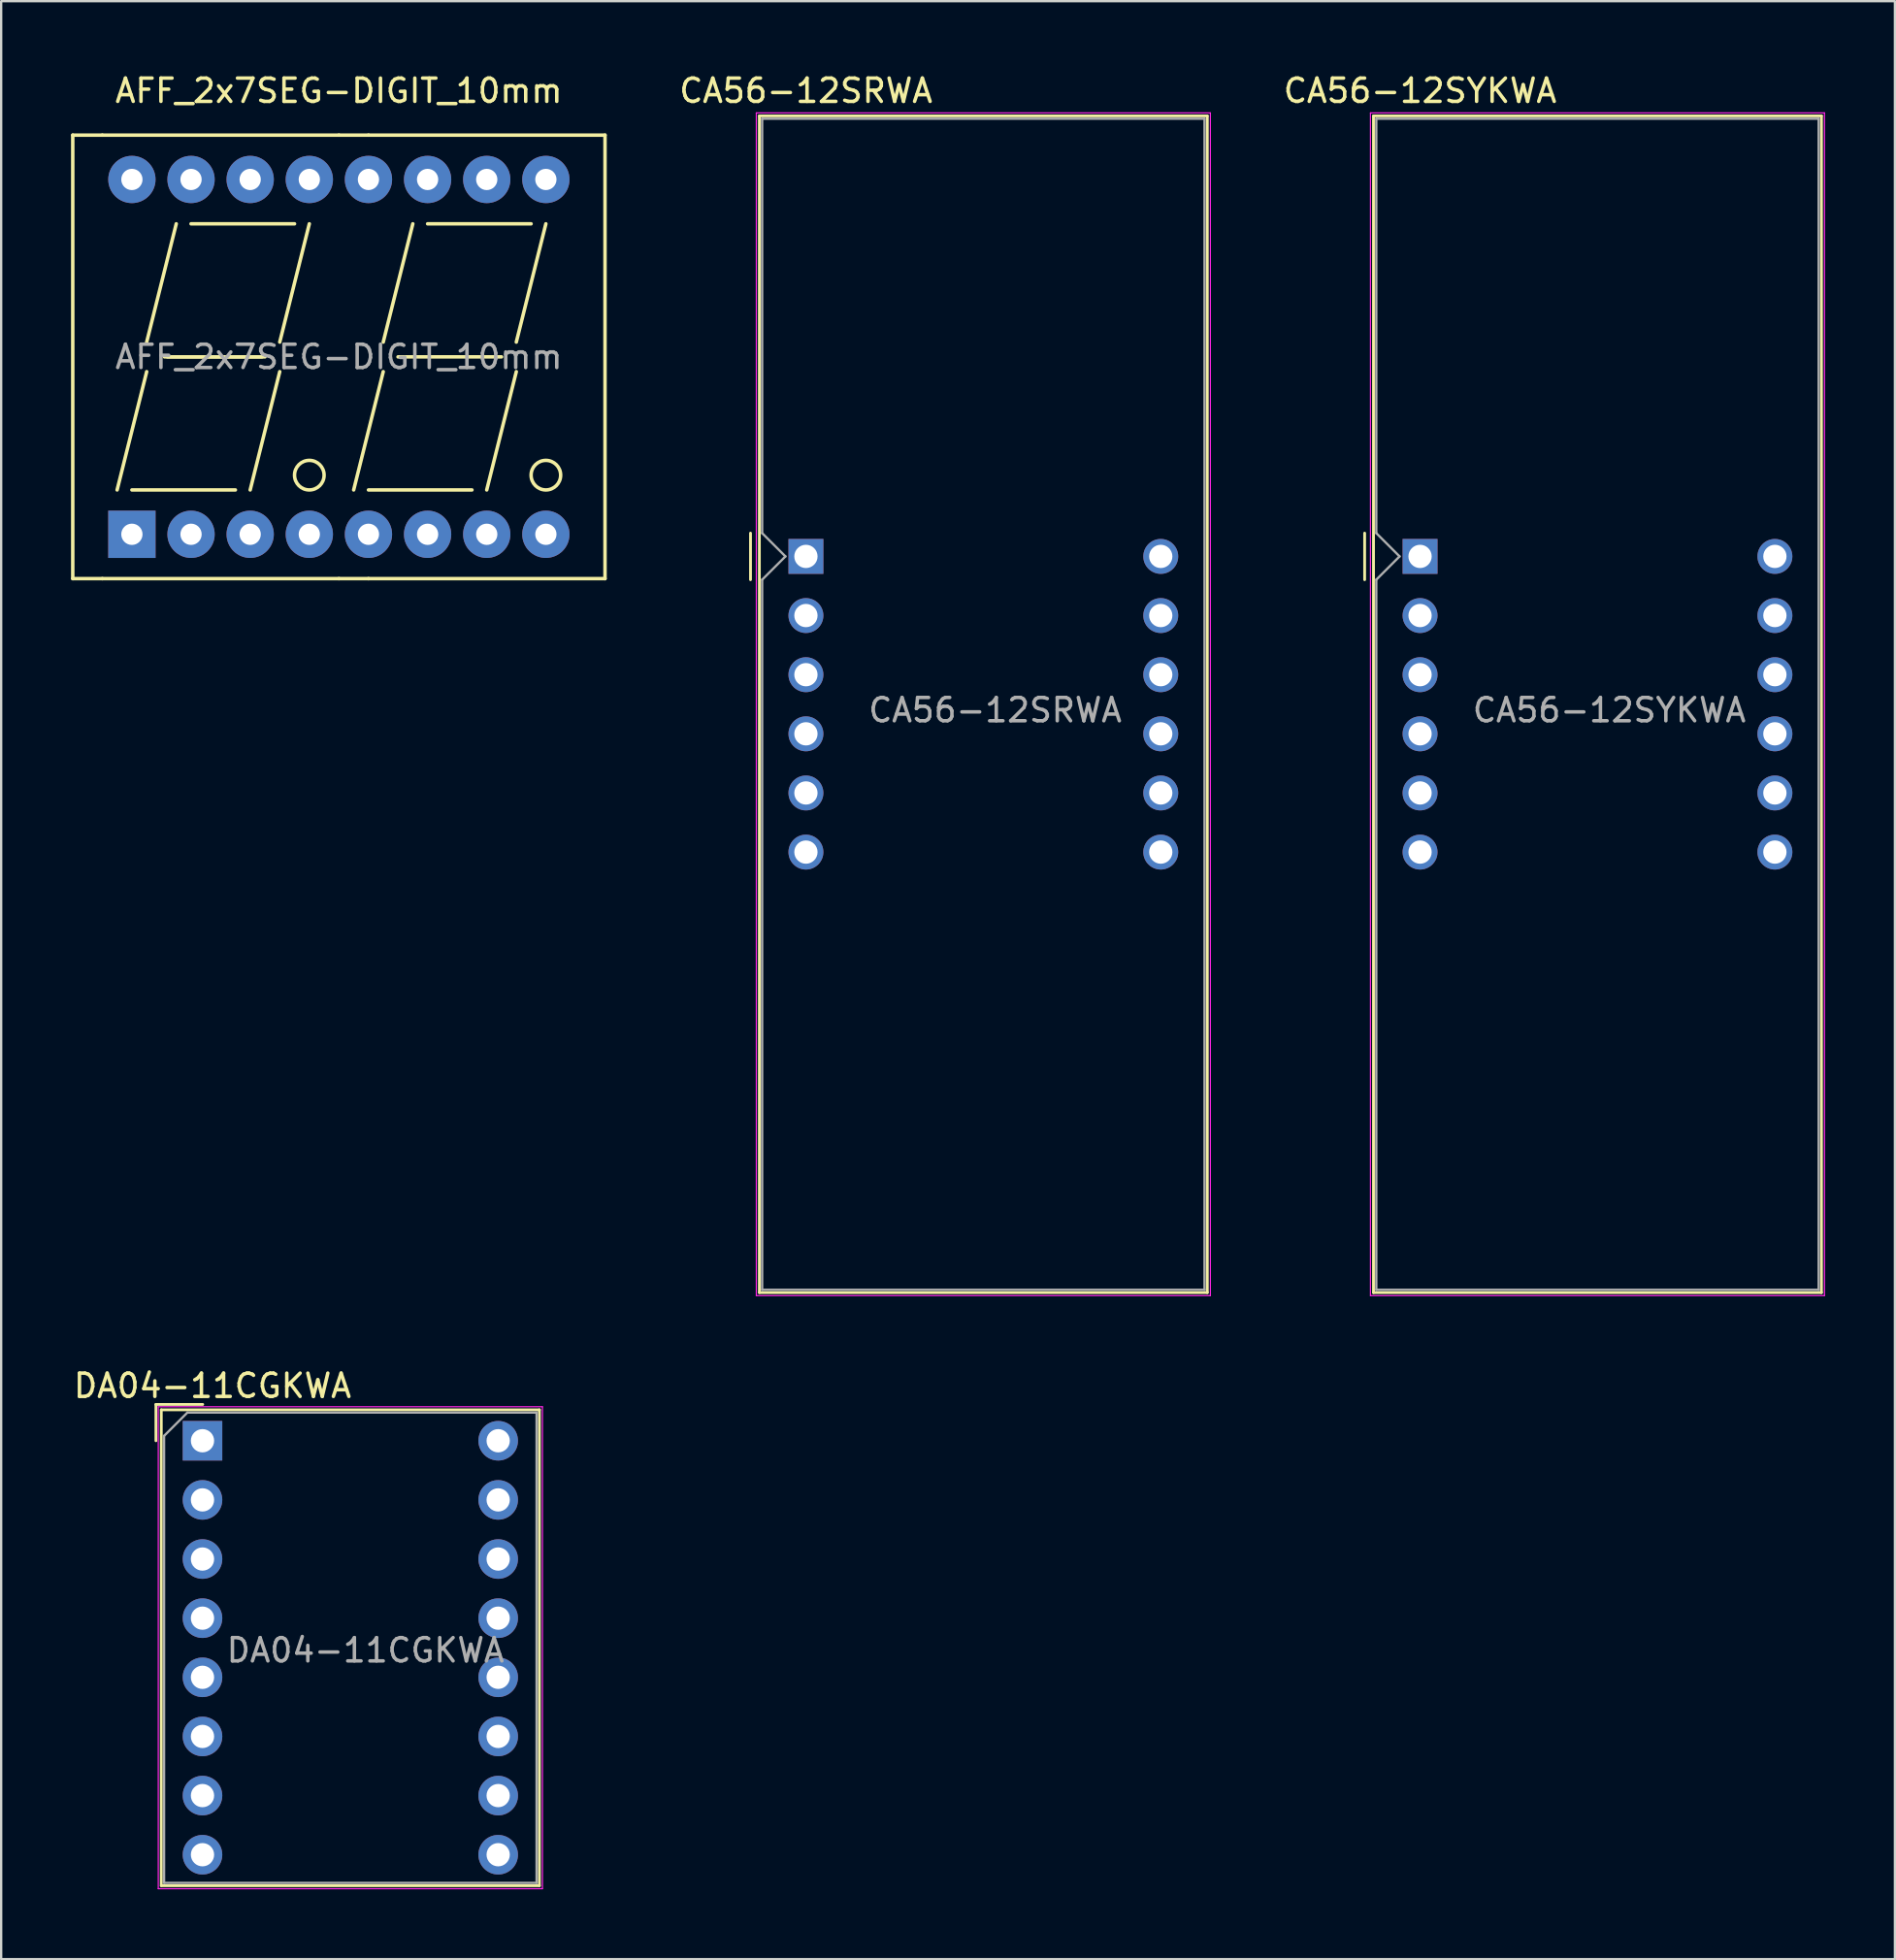
<source format=kicad_pcb>
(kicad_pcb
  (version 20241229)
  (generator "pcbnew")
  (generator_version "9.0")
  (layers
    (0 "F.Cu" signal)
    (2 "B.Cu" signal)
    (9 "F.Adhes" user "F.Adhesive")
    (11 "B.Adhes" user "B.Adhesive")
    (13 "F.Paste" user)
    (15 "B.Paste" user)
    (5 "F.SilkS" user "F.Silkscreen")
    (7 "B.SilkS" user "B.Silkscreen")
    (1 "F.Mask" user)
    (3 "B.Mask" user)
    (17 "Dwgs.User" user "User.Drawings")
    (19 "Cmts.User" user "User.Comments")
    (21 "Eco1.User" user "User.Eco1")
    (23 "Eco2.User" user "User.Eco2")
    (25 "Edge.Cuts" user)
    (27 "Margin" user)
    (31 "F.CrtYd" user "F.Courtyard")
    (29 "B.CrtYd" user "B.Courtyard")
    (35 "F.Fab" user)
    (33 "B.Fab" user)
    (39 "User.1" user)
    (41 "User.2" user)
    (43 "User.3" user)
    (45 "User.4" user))
  (footprint "AFF_2x7SEG-DIGIT_10mm"
    (layer "F.Cu")
    (at 11.505 12.278)
    (property "Reference" "AFF_2x7SEG-DIGIT_10mm" (at 0 -11.43 0) (layer "F.SilkS") (effects (font (size 1 1) (thickness 0.15))))
    (attr through_hole)
    (fp_line (start -11.43 -9.525) (end -11.43 9.525) (stroke (width 0.15) (type solid)) (layer "F.SilkS"))
    (fp_line (start -11.43 9.525) (end -10.16 9.525) (stroke (width 0.15) (type solid)) (layer "F.SilkS"))
    (fp_line (start -10.16 -9.525) (end -11.43 -9.525) (stroke (width 0.15) (type solid)) (layer "F.SilkS"))
    (fp_line (start -10.16 9.525) (end 0 9.525) (stroke (width 0.15) (type solid)) (layer "F.SilkS"))
    (fp_line (start -8.89 5.715) (end -4.445 5.715) (stroke (width 0.15) (type solid)) (layer "F.SilkS"))
    (fp_line (start -8.255 -0.635) (end -6.985 -5.715) (stroke (width 0.15) (type solid)) (layer "F.SilkS"))
    (fp_line (start -8.255 0.635) (end -9.525 5.715) (stroke (width 0.15) (type solid)) (layer "F.SilkS"))
    (fp_line (start -7.493 0) (end -3.175 0) (stroke (width 0.15) (type solid)) (layer "F.SilkS"))
    (fp_line (start -7.366 0) (end -3.302 0) (stroke (width 0.15) (type solid)) (layer "F.SilkS"))
    (fp_line (start -6.35 -5.715) (end -1.905 -5.715) (stroke (width 0.15) (type solid)) (layer "F.SilkS"))
    (fp_line (start -2.54 -0.635) (end -1.27 -5.715) (stroke (width 0.15) (type solid)) (layer "F.SilkS"))
    (fp_line (start -2.54 0.635) (end -3.81 5.715) (stroke (width 0.15) (type solid)) (layer "F.SilkS"))
    (fp_line (start 0 -9.525) (end -10.16 -9.525) (stroke (width 0.15) (type solid)) (layer "F.SilkS"))
    (fp_line (start 0 9.525) (end 1.27 9.525) (stroke (width 0.15) (type solid)) (layer "F.SilkS"))
    (fp_line (start 0.635 5.715) (end 1.905 0.635) (stroke (width 0.15) (type solid)) (layer "F.SilkS"))
    (fp_line (start 1.27 -9.525) (end 0 -9.525) (stroke (width 0.15) (type solid)) (layer "F.SilkS"))
    (fp_line (start 1.27 -9.525) (end 11.43 -9.525) (stroke (width 0.15) (type solid)) (layer "F.SilkS"))
    (fp_line (start 1.27 5.715) (end 5.715 5.715) (stroke (width 0.15) (type solid)) (layer "F.SilkS"))
    (fp_line (start 1.905 -0.635) (end 3.175 -5.715) (stroke (width 0.15) (type solid)) (layer "F.SilkS"))
    (fp_line (start 2.54 0) (end 6.985 0) (stroke (width 0.15) (type solid)) (layer "F.SilkS"))
    (fp_line (start 3.81 -5.715) (end 8.255 -5.715) (stroke (width 0.15) (type solid)) (layer "F.SilkS"))
    (fp_line (start 7.62 -0.635) (end 8.89 -5.715) (stroke (width 0.15) (type solid)) (layer "F.SilkS"))
    (fp_line (start 7.62 0.635) (end 6.35 5.715) (stroke (width 0.15) (type solid)) (layer "F.SilkS"))
    (fp_line (start 11.43 -9.525) (end 11.43 9.525) (stroke (width 0.15) (type solid)) (layer "F.SilkS"))
    (fp_line (start 11.43 9.525) (end 1.27 9.525) (stroke (width 0.15) (type solid)) (layer "F.SilkS"))
    (fp_circle (center -1.27 5.08) (end -0.635 5.08) (stroke (width 0.15) (type solid)) (fill no) (layer "F.SilkS"))
    (fp_circle (center 8.89 5.08) (end 9.525 5.08) (stroke (width 0.15) (type solid)) (fill no) (layer "F.SilkS"))
    (fp_text user "${REFERENCE}" (at 0 0 0) (layer "F.Fab") (effects (font (size 1 1) (thickness 0.15))))
    (pad "1" thru_hole rect (at -8.89 7.62) (size 2.032 2.032) (drill 0.914) (layers "*.Cu" "*.Mask"))
    (pad "2" thru_hole circle (at -6.35 7.62) (size 2.032 2.032) (drill 0.914) (layers "*.Cu" "*.Mask"))
    (pad "3" thru_hole circle (at -3.81 7.62) (size 2.032 2.032) (drill 0.914) (layers "*.Cu" "*.Mask"))
    (pad "4" thru_hole circle (at -1.27 7.62) (size 2.032 2.032) (drill 0.914) (layers "*.Cu" "*.Mask"))
    (pad "5" thru_hole circle (at 1.27 7.62) (size 2.032 2.032) (drill 0.914) (layers "*.Cu" "*.Mask"))
    (pad "6" thru_hole circle (at 3.81 7.62) (size 2.032 2.032) (drill 0.914) (layers "*.Cu" "*.Mask"))
    (pad "7" thru_hole circle (at 6.35 7.62) (size 2.032 2.032) (drill 0.914) (layers "*.Cu" "*.Mask"))
    (pad "8" thru_hole circle (at 8.89 7.62) (size 2.032 2.032) (drill 0.914) (layers "*.Cu" "*.Mask"))
    (pad "9" thru_hole circle (at 8.89 -7.62) (size 2.032 2.032) (drill 0.914) (layers "*.Cu" "*.Mask"))
    (pad "10" thru_hole circle (at 6.35 -7.62) (size 2.032 2.032) (drill 0.914) (layers "*.Cu" "*.Mask"))
    (pad "11" thru_hole circle (at 3.81 -7.62) (size 2.032 2.032) (drill 0.914) (layers "*.Cu" "*.Mask"))
    (pad "12" thru_hole circle (at 1.27 -7.62) (size 2.032 2.032) (drill 0.914) (layers "*.Cu" "*.Mask"))
    (pad "13" thru_hole circle (at -1.27 -7.62) (size 2.032 2.032) (drill 0.914) (layers "*.Cu" "*.Mask"))
    (pad "14" thru_hole circle (at -3.81 -7.62) (size 2.032 2.032) (drill 0.914) (layers "*.Cu" "*.Mask"))
    (pad "15" thru_hole circle (at -6.35 -7.62) (size 2.032 2.032) (drill 0.914) (layers "*.Cu" "*.Mask"))
    (pad "16" thru_hole circle (at -8.89 -7.62) (size 2.032 2.032) (drill 0.914) (layers "*.Cu" "*.Mask")))
  (footprint "CA56-12SYKWA"
    (layer "F.Cu")
    (at 57.941 20.848)
    (property "Reference" "CA56-12SYKWA" (at 0 -20 0) (layer "F.SilkS") (effects (font (size 1 1) (thickness 0.15))))
    (attr through_hole)
    (fp_line (start -2.38 -1) (end -2.38 1) (stroke (width 0.12) (type solid)) (layer "F.SilkS"))
    (fp_line (start -2 -18.92) (end -2 31.62) (stroke (width 0.12) (type solid)) (layer "F.SilkS"))
    (fp_line (start -2 -18.92) (end 17.24 -18.92) (stroke (width 0.12) (type solid)) (layer "F.SilkS"))
    (fp_line (start -2 31.62) (end 17.24 31.62) (stroke (width 0.12) (type solid)) (layer "F.SilkS"))
    (fp_line (start 17.24 31.62) (end 17.24 -18.92) (stroke (width 0.12) (type solid)) (layer "F.SilkS"))
    (fp_line (start -2.13 -19.05) (end 17.37 -19.05) (stroke (width 0.05) (type solid)) (layer "F.CrtYd"))
    (fp_line (start -2.13 31.75) (end -2.13 -19.05) (stroke (width 0.05) (type solid)) (layer "F.CrtYd"))
    (fp_line (start 17.37 -19.05) (end 17.37 31.75) (stroke (width 0.05) (type solid)) (layer "F.CrtYd"))
    (fp_line (start 17.37 31.75) (end -2.13 31.75) (stroke (width 0.05) (type solid)) (layer "F.CrtYd"))
    (fp_line (start -1.88 -18.8) (end 17.12 -18.8) (stroke (width 0.1) (type solid)) (layer "F.Fab"))
    (fp_line (start -1.88 -1) (end -1.88 -18.8) (stroke (width 0.1) (type solid)) (layer "F.Fab"))
    (fp_line (start -1.88 1) (end -1.88 31.5) (stroke (width 0.1) (type solid)) (layer "F.Fab"))
    (fp_line (start -1.88 1) (end -0.88 0) (stroke (width 0.1) (type solid)) (layer "F.Fab"))
    (fp_line (start -1.88 31.5) (end 17.12 31.5) (stroke (width 0.1) (type solid)) (layer "F.Fab"))
    (fp_line (start -0.88 0) (end -1.88 -1) (stroke (width 0.1) (type solid)) (layer "F.Fab"))
    (fp_line (start 17.12 -18.8) (end 17.12 31.5) (stroke (width 0.1) (type solid)) (layer "F.Fab"))
    (fp_text user "${REFERENCE}" (at 8.128 6.604 0) (layer "F.Fab") (effects (font (size 1 1) (thickness 0.15))))
    (pad "1" thru_hole rect (at 0 0) (size 1.5 1.5) (drill 1) (layers "*.Cu" "*.Mask"))
    (pad "2" thru_hole circle (at 0 2.54) (size 1.5 1.5) (drill 1) (layers "*.Cu" "*.Mask"))
    (pad "3" thru_hole circle (at 0 5.08) (size 1.5 1.5) (drill 1) (layers "*.Cu" "*.Mask"))
    (pad "4" thru_hole circle (at 0 7.62) (size 1.5 1.5) (drill 1) (layers "*.Cu" "*.Mask"))
    (pad "5" thru_hole circle (at 0 10.16) (size 1.5 1.5) (drill 1) (layers "*.Cu" "*.Mask"))
    (pad "6" thru_hole circle (at 0 12.7) (size 1.5 1.5) (drill 1) (layers "*.Cu" "*.Mask"))
    (pad "7" thru_hole circle (at 15.24 12.7) (size 1.5 1.5) (drill 1) (layers "*.Cu" "*.Mask"))
    (pad "8" thru_hole circle (at 15.24 10.16) (size 1.5 1.5) (drill 1) (layers "*.Cu" "*.Mask"))
    (pad "9" thru_hole circle (at 15.24 7.62) (size 1.5 1.5) (drill 1) (layers "*.Cu" "*.Mask"))
    (pad "10" thru_hole circle (at 15.24 5.08) (size 1.5 1.5) (drill 1) (layers "*.Cu" "*.Mask"))
    (pad "11" thru_hole circle (at 15.24 2.54) (size 1.5 1.5) (drill 1) (layers "*.Cu" "*.Mask"))
    (pad "12" thru_hole circle (at 15.24 0) (size 1.5 1.5) (drill 1) (layers "*.Cu" "*.Mask")))
  (footprint "DA04-11CGKWA"
    (layer "F.Cu")
    (at 5.647 58.831)
    (property "Reference" "DA04-11CGKWA" (at 0.43 -2.36 0) (layer "F.SilkS") (effects (font (size 1 1) (thickness 0.15))))
    (attr through_hole)
    (fp_line (start -2 -1.56) (end -2 0) (stroke (width 0.12) (type solid)) (layer "F.SilkS"))
    (fp_line (start -2 -1.56) (end 0.01 -1.56) (stroke (width 0.12) (type solid)) (layer "F.SilkS"))
    (fp_line (start -1.77 -1.33) (end 14.47 -1.33) (stroke (width 0.12) (type solid)) (layer "F.SilkS"))
    (fp_line (start -1.77 19.11) (end -1.77 -1.33) (stroke (width 0.12) (type solid)) (layer "F.SilkS"))
    (fp_line (start 14.47 -1.33) (end 14.47 19.11) (stroke (width 0.12) (type solid)) (layer "F.SilkS"))
    (fp_line (start 14.47 19.11) (end -1.77 19.11) (stroke (width 0.12) (type solid)) (layer "F.SilkS"))
    (fp_line (start -1.9 -1.46) (end 14.6 -1.46) (stroke (width 0.05) (type solid)) (layer "F.CrtYd"))
    (fp_line (start -1.9 19.24) (end -1.9 -1.46) (stroke (width 0.05) (type solid)) (layer "F.CrtYd"))
    (fp_line (start 14.6 -1.46) (end 14.6 19.24) (stroke (width 0.05) (type solid)) (layer "F.CrtYd"))
    (fp_line (start 14.6 19.24) (end -1.9 19.24) (stroke (width 0.05) (type solid)) (layer "F.CrtYd"))
    (fp_line (start -1.65 -0.21) (end -0.65 -1.21) (stroke (width 0.1) (type solid)) (layer "F.Fab"))
    (fp_line (start -1.65 18.99) (end -1.65 -0.21) (stroke (width 0.1) (type solid)) (layer "F.Fab"))
    (fp_line (start -0.65 -1.21) (end 14.35 -1.21) (stroke (width 0.1) (type solid)) (layer "F.Fab"))
    (fp_line (start 14.35 -1.21) (end 14.35 18.99) (stroke (width 0.1) (type solid)) (layer "F.Fab"))
    (fp_line (start 14.35 18.99) (end -1.65 18.99) (stroke (width 0.1) (type solid)) (layer "F.Fab"))
    (fp_text user "${REFERENCE}" (at 7 9 0) (layer "F.Fab") (effects (font (size 1 1) (thickness 0.15))))
    (pad "1" thru_hole rect (at 0 0) (size 1.7 1.7) (drill 1) (layers "*.Cu" "*.Mask"))
    (pad "2" thru_hole circle (at 0 2.54) (size 1.7 1.7) (drill 1) (layers "*.Cu" "*.Mask"))
    (pad "3" thru_hole circle (at 0 5.08) (size 1.7 1.7) (drill 1) (layers "*.Cu" "*.Mask"))
    (pad "4" thru_hole circle (at 0 7.62) (size 1.7 1.7) (drill 1) (layers "*.Cu" "*.Mask"))
    (pad "5" thru_hole circle (at 0 10.16) (size 1.7 1.7) (drill 1) (layers "*.Cu" "*.Mask"))
    (pad "6" thru_hole circle (at 0 12.7) (size 1.7 1.7) (drill 1) (layers "*.Cu" "*.Mask"))
    (pad "7" thru_hole circle (at 0 15.24) (size 1.7 1.7) (drill 1) (layers "*.Cu" "*.Mask"))
    (pad "8" thru_hole circle (at 0 17.78) (size 1.7 1.7) (drill 1) (layers "*.Cu" "*.Mask"))
    (pad "9" thru_hole circle (at 12.7 17.78) (size 1.7 1.7) (drill 1) (layers "*.Cu" "*.Mask"))
    (pad "10" thru_hole circle (at 12.7 15.24) (size 1.7 1.7) (drill 1) (layers "*.Cu" "*.Mask"))
    (pad "11" thru_hole circle (at 12.7 12.7) (size 1.7 1.7) (drill 1) (layers "*.Cu" "*.Mask"))
    (pad "12" thru_hole circle (at 12.7 10.16) (size 1.7 1.7) (drill 1) (layers "*.Cu" "*.Mask"))
    (pad "13" thru_hole circle (at 12.7 7.62) (size 1.7 1.7) (drill 1) (layers "*.Cu" "*.Mask"))
    (pad "14" thru_hole circle (at 12.7 5.08) (size 1.7 1.7) (drill 1) (layers "*.Cu" "*.Mask"))
    (pad "15" thru_hole circle (at 12.7 2.54) (size 1.7 1.7) (drill 1) (layers "*.Cu" "*.Mask"))
    (pad "16" thru_hole circle (at 12.7 0) (size 1.7 1.7) (drill 1) (layers "*.Cu" "*.Mask")))
  (footprint "CA56-12SRWA"
    (layer "F.Cu")
    (at 31.564 20.848)
    (property "Reference" "CA56-12SRWA" (at 0 -20 0) (layer "F.SilkS") (effects (font (size 1 1) (thickness 0.15))))
    (attr through_hole)
    (fp_line (start -2.38 -1) (end -2.38 1) (stroke (width 0.12) (type solid)) (layer "F.SilkS"))
    (fp_line (start -2 -18.92) (end -2 31.62) (stroke (width 0.12) (type solid)) (layer "F.SilkS"))
    (fp_line (start -2 -18.92) (end 17.24 -18.92) (stroke (width 0.12) (type solid)) (layer "F.SilkS"))
    (fp_line (start -2 31.62) (end 17.24 31.62) (stroke (width 0.12) (type solid)) (layer "F.SilkS"))
    (fp_line (start 17.24 31.62) (end 17.24 -18.92) (stroke (width 0.12) (type solid)) (layer "F.SilkS"))
    (fp_line (start -2.13 -19.05) (end 17.37 -19.05) (stroke (width 0.05) (type solid)) (layer "F.CrtYd"))
    (fp_line (start -2.13 31.75) (end -2.13 -19.05) (stroke (width 0.05) (type solid)) (layer "F.CrtYd"))
    (fp_line (start 17.37 -19.05) (end 17.37 31.75) (stroke (width 0.05) (type solid)) (layer "F.CrtYd"))
    (fp_line (start 17.37 31.75) (end -2.13 31.75) (stroke (width 0.05) (type solid)) (layer "F.CrtYd"))
    (fp_line (start -1.88 -18.8) (end 17.12 -18.8) (stroke (width 0.1) (type solid)) (layer "F.Fab"))
    (fp_line (start -1.88 -1) (end -1.88 -18.8) (stroke (width 0.1) (type solid)) (layer "F.Fab"))
    (fp_line (start -1.88 1) (end -1.88 31.5) (stroke (width 0.1) (type solid)) (layer "F.Fab"))
    (fp_line (start -1.88 1) (end -0.88 0) (stroke (width 0.1) (type solid)) (layer "F.Fab"))
    (fp_line (start -1.88 31.5) (end 17.12 31.5) (stroke (width 0.1) (type solid)) (layer "F.Fab"))
    (fp_line (start -0.88 0) (end -1.88 -1) (stroke (width 0.1) (type solid)) (layer "F.Fab"))
    (fp_line (start 17.12 -18.8) (end 17.12 31.5) (stroke (width 0.1) (type solid)) (layer "F.Fab"))
    (fp_text user "${REFERENCE}" (at 8.128 6.604 0) (layer "F.Fab") (effects (font (size 1 1) (thickness 0.15))))
    (pad "1" thru_hole rect (at 0 0) (size 1.5 1.5) (drill 1) (layers "*.Cu" "*.Mask"))
    (pad "2" thru_hole circle (at 0 2.54) (size 1.5 1.5) (drill 1) (layers "*.Cu" "*.Mask"))
    (pad "3" thru_hole circle (at 0 5.08) (size 1.5 1.5) (drill 1) (layers "*.Cu" "*.Mask"))
    (pad "4" thru_hole circle (at 0 7.62) (size 1.5 1.5) (drill 1) (layers "*.Cu" "*.Mask"))
    (pad "5" thru_hole circle (at 0 10.16) (size 1.5 1.5) (drill 1) (layers "*.Cu" "*.Mask"))
    (pad "6" thru_hole circle (at 0 12.7) (size 1.5 1.5) (drill 1) (layers "*.Cu" "*.Mask"))
    (pad "7" thru_hole circle (at 15.24 12.7) (size 1.5 1.5) (drill 1) (layers "*.Cu" "*.Mask"))
    (pad "8" thru_hole circle (at 15.24 10.16) (size 1.5 1.5) (drill 1) (layers "*.Cu" "*.Mask"))
    (pad "9" thru_hole circle (at 15.24 7.62) (size 1.5 1.5) (drill 1) (layers "*.Cu" "*.Mask"))
    (pad "10" thru_hole circle (at 15.24 5.08) (size 1.5 1.5) (drill 1) (layers "*.Cu" "*.Mask"))
    (pad "11" thru_hole circle (at 15.24 2.54) (size 1.5 1.5) (drill 1) (layers "*.Cu" "*.Mask"))
    (pad "12" thru_hole circle (at 15.24 0) (size 1.5 1.5) (drill 1) (layers "*.Cu" "*.Mask")))
  (gr_rect
    (start -3 -3)
    (end 78.336 81.097)
    (stroke (width 0.1) (type default))
    (fill no)
    (layer "Edge.Cuts")))
</source>
